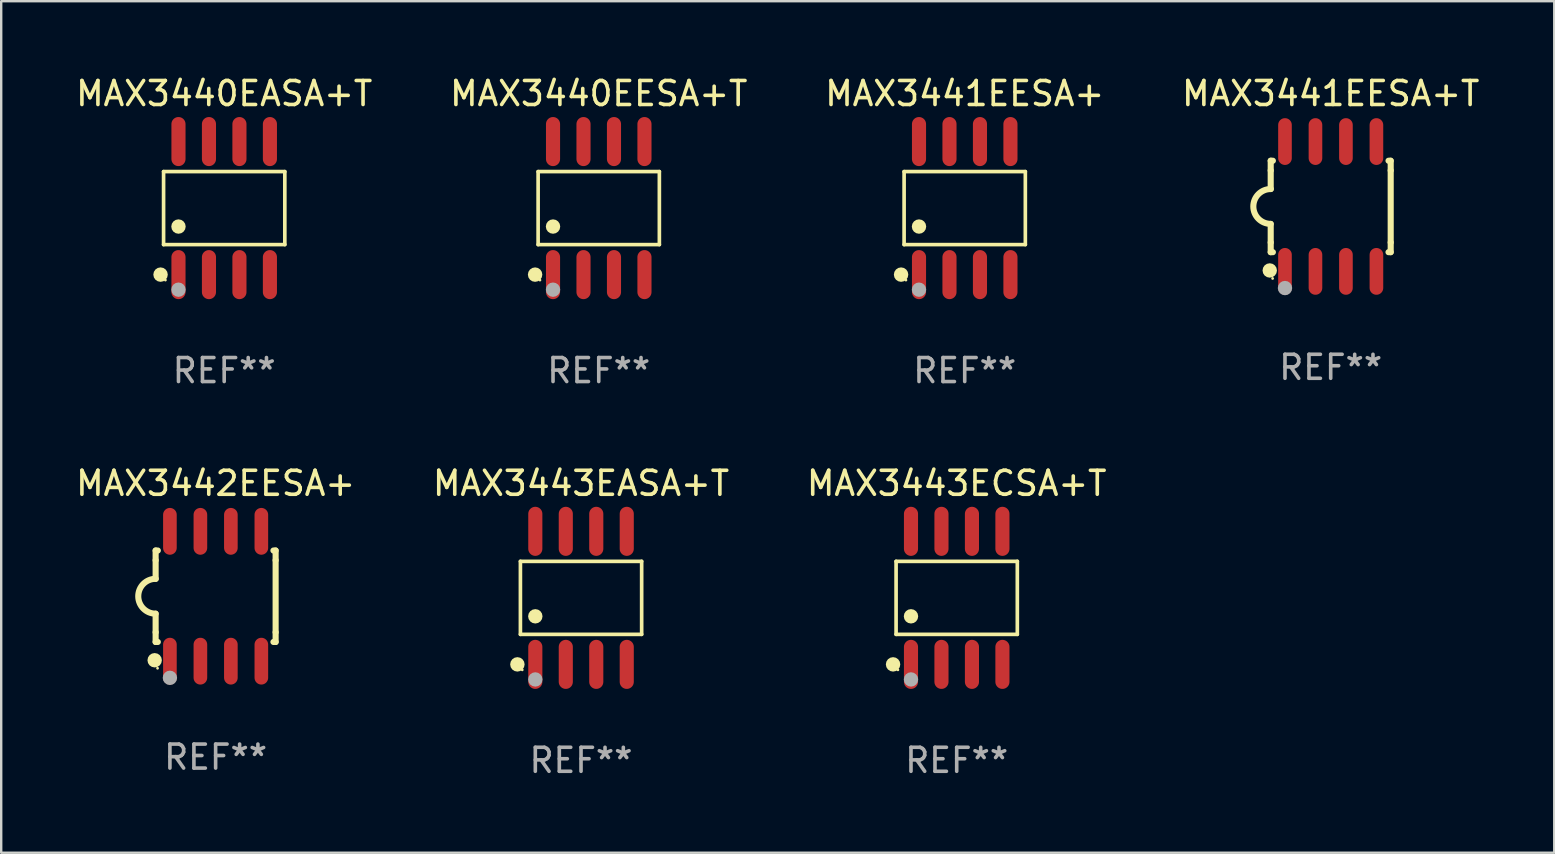
<source format=kicad_pcb>
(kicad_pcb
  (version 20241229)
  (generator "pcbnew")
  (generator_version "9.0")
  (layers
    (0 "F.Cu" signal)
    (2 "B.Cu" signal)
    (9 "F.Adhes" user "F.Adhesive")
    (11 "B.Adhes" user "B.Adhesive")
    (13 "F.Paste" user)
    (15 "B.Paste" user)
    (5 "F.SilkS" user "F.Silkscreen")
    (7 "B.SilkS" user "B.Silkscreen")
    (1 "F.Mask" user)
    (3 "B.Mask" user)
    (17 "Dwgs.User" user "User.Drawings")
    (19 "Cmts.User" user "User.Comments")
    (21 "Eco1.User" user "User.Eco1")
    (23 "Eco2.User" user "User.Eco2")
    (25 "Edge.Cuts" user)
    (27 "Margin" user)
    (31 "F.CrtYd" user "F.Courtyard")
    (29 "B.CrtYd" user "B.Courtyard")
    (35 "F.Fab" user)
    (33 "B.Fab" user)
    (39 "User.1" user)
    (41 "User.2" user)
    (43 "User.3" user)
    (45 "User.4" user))
  (footprint "MAX3441EESA+T"
    (layer "F.Cu")
    (at 52.399 5.553)
    (property "Reference" "MAX3441EESA+T" (at 0 -4.705 0) (layer "F.SilkS") (effects (font (size 1 1) (thickness 0.15))))
    (attr through_hole)
    (fp_line (start -2.5 -1.905) (end -2.409 -1.905) (stroke (width 0.254) (type solid)) (layer "F.SilkS"))
    (fp_line (start -2.5 -1.5) (end -2.5 -1.905) (stroke (width 0.254) (type solid)) (layer "F.SilkS"))
    (fp_line (start -2.5 -1.5) (end -2.5 -0.726) (stroke (width 0.254) (type solid)) (layer "F.SilkS"))
    (fp_line (start -2.5 1.5) (end -2.5 0.727) (stroke (width 0.254) (type solid)) (layer "F.SilkS"))
    (fp_line (start -2.5 1.5) (end -2.5 1.905) (stroke (width 0.254) (type solid)) (layer "F.SilkS"))
    (fp_line (start -2.5 1.905) (end -2.409 1.905) (stroke (width 0.254) (type solid)) (layer "F.SilkS"))
    (fp_line (start 2.5 -1.905) (end 2.409 -1.905) (stroke (width 0.254) (type solid)) (layer "F.SilkS"))
    (fp_line (start 2.5 -1.5) (end 2.5 -1.905) (stroke (width 0.254) (type solid)) (layer "F.SilkS"))
    (fp_line (start 2.5 -1.5) (end 2.5 1.5) (stroke (width 0.254) (type solid)) (layer "F.SilkS"))
    (fp_line (start 2.5 1.5) (end 2.5 1.905) (stroke (width 0.254) (type solid)) (layer "F.SilkS"))
    (fp_line (start 2.5 1.905) (end 2.409 1.905) (stroke (width 0.254) (type solid)) (layer "F.SilkS"))
    (fp_arc (start -2.5 0.726568) (mid -3.220316 -0.0023) (end -2.495097 -0.726289) (stroke (width 0.254001) (type solid)) (layer "F.SilkS"))
    (fp_circle (center -2.54 2.667) (end -2.39 2.667) (stroke (width 0.3) (type solid)) (fill no) (layer "F.SilkS"))
    (fp_circle (center -2.42 3) (end -2.39 3) (stroke (width 0.06) (type solid)) (fill no) (layer "F.SilkS"))
    (fp_circle (center -1.905 3.4) (end -1.755 3.4) (stroke (width 0.3) (type solid)) (fill no) (layer "F.Fab"))
    (fp_text user "REF**" (at 0 6.705 0) (layer "F.Fab") (effects (font (size 1 1) (thickness 0.15))))
    (pad "1" smd oval (at -1.905 2.705) (size 0.568 1.95) (layers "F.Cu" "F.Mask" "F.Paste"))
    (pad "2" smd oval (at -0.635 2.705) (size 0.568 1.95) (layers "F.Cu" "F.Mask" "F.Paste"))
    (pad "3" smd oval (at 0.635 2.705) (size 0.568 1.95) (layers "F.Cu" "F.Mask" "F.Paste"))
    (pad "4" smd oval (at 1.905 2.705) (size 0.568 1.95) (layers "F.Cu" "F.Mask" "F.Paste"))
    (pad "5" smd oval (at 1.905 -2.705) (size 0.568 1.95) (layers "F.Cu" "F.Mask" "F.Paste"))
    (pad "6" smd oval (at 0.635 -2.705) (size 0.568 1.95) (layers "F.Cu" "F.Mask" "F.Paste"))
    (pad "7" smd oval (at -0.635 -2.705) (size 0.568 1.95) (layers "F.Cu" "F.Mask" "F.Paste"))
    (pad "8" smd oval (at -1.905 -2.705) (size 0.568 1.95) (layers "F.Cu" "F.Mask" "F.Paste")))
  (footprint "MAX3440EESA+T"
    (layer "F.Cu")
    (at 21.899 5.621)
    (property "Reference" "MAX3440EESA+T" (at 0 -4.772 0) (layer "F.SilkS") (effects (font (size 1 1) (thickness 0.15))))
    (attr through_hole)
    (fp_line (start -2.526 -1.521) (end 2.526 -1.521) (stroke (width 0.152) (type solid)) (layer "F.SilkS"))
    (fp_line (start -2.526 1.521) (end -2.526 -1.521) (stroke (width 0.152) (type solid)) (layer "F.SilkS"))
    (fp_line (start 2.526 -1.521) (end 2.526 1.521) (stroke (width 0.152) (type solid)) (layer "F.SilkS"))
    (fp_line (start 2.526 1.521) (end -2.526 1.521) (stroke (width 0.152) (type solid)) (layer "F.SilkS"))
    (fp_circle (center -2.652 2.772) (end -2.501 2.772) (stroke (width 0.3) (type solid)) (fill no) (layer "F.SilkS"))
    (fp_circle (center -2.45 3) (end -2.42 3) (stroke (width 0.06) (type solid)) (fill no) (layer "F.SilkS"))
    (fp_circle (center -1.905 0.769) (end -1.755 0.769) (stroke (width 0.3) (type solid)) (fill no) (layer "F.SilkS"))
    (fp_circle (center -1.905 3.4) (end -1.755 3.4) (stroke (width 0.3) (type solid)) (fill no) (layer "F.Fab"))
    (fp_text user "REF**" (at 0 6.772 0) (layer "F.Fab") (effects (font (size 1 1) (thickness 0.15))))
    (pad "1" smd oval (at -1.905 2.772) (size 0.588 2.045) (layers "F.Cu" "F.Mask" "F.Paste"))
    (pad "2" smd oval (at -0.635 2.772) (size 0.588 2.045) (layers "F.Cu" "F.Mask" "F.Paste"))
    (pad "3" smd oval (at 0.635 2.772) (size 0.588 2.045) (layers "F.Cu" "F.Mask" "F.Paste"))
    (pad "4" smd oval (at 1.905 2.772) (size 0.588 2.045) (layers "F.Cu" "F.Mask" "F.Paste"))
    (pad "5" smd oval (at 1.905 -2.772) (size 0.588 2.045) (layers "F.Cu" "F.Mask" "F.Paste"))
    (pad "6" smd oval (at 0.635 -2.772) (size 0.588 2.045) (layers "F.Cu" "F.Mask" "F.Paste"))
    (pad "7" smd oval (at -0.635 -2.772) (size 0.588 2.045) (layers "F.Cu" "F.Mask" "F.Paste"))
    (pad "8" smd oval (at -1.905 -2.772) (size 0.588 2.045) (layers "F.Cu" "F.Mask" "F.Paste")))
  (footprint "MAX3443ECSA+T"
    (layer "F.Cu")
    (at 36.815 21.862)
    (property "Reference" "MAX3443ECSA+T" (at 0 -4.772 0) (layer "F.SilkS") (effects (font (size 1 1) (thickness 0.15))))
    (attr through_hole)
    (fp_line (start -2.526 -1.521) (end 2.526 -1.521) (stroke (width 0.152) (type solid)) (layer "F.SilkS"))
    (fp_line (start -2.526 1.521) (end -2.526 -1.521) (stroke (width 0.152) (type solid)) (layer "F.SilkS"))
    (fp_line (start 2.526 -1.521) (end 2.526 1.521) (stroke (width 0.152) (type solid)) (layer "F.SilkS"))
    (fp_line (start 2.526 1.521) (end -2.526 1.521) (stroke (width 0.152) (type solid)) (layer "F.SilkS"))
    (fp_circle (center -2.652 2.772) (end -2.501 2.772) (stroke (width 0.3) (type solid)) (fill no) (layer "F.SilkS"))
    (fp_circle (center -2.45 3) (end -2.42 3) (stroke (width 0.06) (type solid)) (fill no) (layer "F.SilkS"))
    (fp_circle (center -1.905 0.769) (end -1.755 0.769) (stroke (width 0.3) (type solid)) (fill no) (layer "F.SilkS"))
    (fp_circle (center -1.905 3.4) (end -1.755 3.4) (stroke (width 0.3) (type solid)) (fill no) (layer "F.Fab"))
    (fp_text user "REF**" (at 0 6.772 0) (layer "F.Fab") (effects (font (size 1 1) (thickness 0.15))))
    (pad "1" smd oval (at -1.905 2.772) (size 0.588 2.045) (layers "F.Cu" "F.Mask" "F.Paste"))
    (pad "2" smd oval (at -0.635 2.772) (size 0.588 2.045) (layers "F.Cu" "F.Mask" "F.Paste"))
    (pad "3" smd oval (at 0.635 2.772) (size 0.588 2.045) (layers "F.Cu" "F.Mask" "F.Paste"))
    (pad "4" smd oval (at 1.905 2.772) (size 0.588 2.045) (layers "F.Cu" "F.Mask" "F.Paste"))
    (pad "5" smd oval (at 1.905 -2.772) (size 0.588 2.045) (layers "F.Cu" "F.Mask" "F.Paste"))
    (pad "6" smd oval (at 0.635 -2.772) (size 0.588 2.045) (layers "F.Cu" "F.Mask" "F.Paste"))
    (pad "7" smd oval (at -0.635 -2.772) (size 0.588 2.045) (layers "F.Cu" "F.Mask" "F.Paste"))
    (pad "8" smd oval (at -1.905 -2.772) (size 0.588 2.045) (layers "F.Cu" "F.Mask" "F.Paste")))
  (footprint "MAX3442EESA+"
    (layer "F.Cu")
    (at 5.935 21.795)
    (property "Reference" "MAX3442EESA+" (at 0 -4.705 0) (layer "F.SilkS") (effects (font (size 1 1) (thickness 0.15))))
    (attr through_hole)
    (fp_line (start -2.5 -1.905) (end -2.409 -1.905) (stroke (width 0.254) (type solid)) (layer "F.SilkS"))
    (fp_line (start -2.5 -1.5) (end -2.5 -1.905) (stroke (width 0.254) (type solid)) (layer "F.SilkS"))
    (fp_line (start -2.5 -1.5) (end -2.5 -0.726) (stroke (width 0.254) (type solid)) (layer "F.SilkS"))
    (fp_line (start -2.5 1.5) (end -2.5 0.727) (stroke (width 0.254) (type solid)) (layer "F.SilkS"))
    (fp_line (start -2.5 1.5) (end -2.5 1.905) (stroke (width 0.254) (type solid)) (layer "F.SilkS"))
    (fp_line (start -2.5 1.905) (end -2.409 1.905) (stroke (width 0.254) (type solid)) (layer "F.SilkS"))
    (fp_line (start 2.5 -1.905) (end 2.409 -1.905) (stroke (width 0.254) (type solid)) (layer "F.SilkS"))
    (fp_line (start 2.5 -1.5) (end 2.5 -1.905) (stroke (width 0.254) (type solid)) (layer "F.SilkS"))
    (fp_line (start 2.5 -1.5) (end 2.5 1.5) (stroke (width 0.254) (type solid)) (layer "F.SilkS"))
    (fp_line (start 2.5 1.5) (end 2.5 1.905) (stroke (width 0.254) (type solid)) (layer "F.SilkS"))
    (fp_line (start 2.5 1.905) (end 2.409 1.905) (stroke (width 0.254) (type solid)) (layer "F.SilkS"))
    (fp_arc (start -2.5 0.726568) (mid -3.220316 -0.0023) (end -2.495097 -0.726289) (stroke (width 0.254001) (type solid)) (layer "F.SilkS"))
    (fp_circle (center -2.54 2.667) (end -2.39 2.667) (stroke (width 0.3) (type solid)) (fill no) (layer "F.SilkS"))
    (fp_circle (center -2.42 3) (end -2.39 3) (stroke (width 0.06) (type solid)) (fill no) (layer "F.SilkS"))
    (fp_circle (center -1.905 3.4) (end -1.755 3.4) (stroke (width 0.3) (type solid)) (fill no) (layer "F.Fab"))
    (fp_text user "REF**" (at 0 6.705 0) (layer "F.Fab") (effects (font (size 1 1) (thickness 0.15))))
    (pad "1" smd oval (at -1.905 2.705) (size 0.568 1.95) (layers "F.Cu" "F.Mask" "F.Paste"))
    (pad "2" smd oval (at -0.635 2.705) (size 0.568 1.95) (layers "F.Cu" "F.Mask" "F.Paste"))
    (pad "3" smd oval (at 0.635 2.705) (size 0.568 1.95) (layers "F.Cu" "F.Mask" "F.Paste"))
    (pad "4" smd oval (at 1.905 2.705) (size 0.568 1.95) (layers "F.Cu" "F.Mask" "F.Paste"))
    (pad "5" smd oval (at 1.905 -2.705) (size 0.568 1.95) (layers "F.Cu" "F.Mask" "F.Paste"))
    (pad "6" smd oval (at 0.635 -2.705) (size 0.568 1.95) (layers "F.Cu" "F.Mask" "F.Paste"))
    (pad "7" smd oval (at -0.635 -2.705) (size 0.568 1.95) (layers "F.Cu" "F.Mask" "F.Paste"))
    (pad "8" smd oval (at -1.905 -2.705) (size 0.568 1.95) (layers "F.Cu" "F.Mask" "F.Paste")))
  (footprint "MAX3443EASA+T"
    (layer "F.Cu")
    (at 21.161 21.862)
    (property "Reference" "MAX3443EASA+T" (at 0 -4.772 0) (layer "F.SilkS") (effects (font (size 1 1) (thickness 0.15))))
    (attr through_hole)
    (fp_line (start -2.526 -1.521) (end 2.526 -1.521) (stroke (width 0.152) (type solid)) (layer "F.SilkS"))
    (fp_line (start -2.526 1.521) (end -2.526 -1.521) (stroke (width 0.152) (type solid)) (layer "F.SilkS"))
    (fp_line (start 2.526 -1.521) (end 2.526 1.521) (stroke (width 0.152) (type solid)) (layer "F.SilkS"))
    (fp_line (start 2.526 1.521) (end -2.526 1.521) (stroke (width 0.152) (type solid)) (layer "F.SilkS"))
    (fp_circle (center -2.652 2.772) (end -2.501 2.772) (stroke (width 0.3) (type solid)) (fill no) (layer "F.SilkS"))
    (fp_circle (center -2.45 3) (end -2.42 3) (stroke (width 0.06) (type solid)) (fill no) (layer "F.SilkS"))
    (fp_circle (center -1.905 0.769) (end -1.755 0.769) (stroke (width 0.3) (type solid)) (fill no) (layer "F.SilkS"))
    (fp_circle (center -1.905 3.4) (end -1.755 3.4) (stroke (width 0.3) (type solid)) (fill no) (layer "F.Fab"))
    (fp_text user "REF**" (at 0 6.772 0) (layer "F.Fab") (effects (font (size 1 1) (thickness 0.15))))
    (pad "1" smd oval (at -1.905 2.772) (size 0.588 2.045) (layers "F.Cu" "F.Mask" "F.Paste"))
    (pad "2" smd oval (at -0.635 2.772) (size 0.588 2.045) (layers "F.Cu" "F.Mask" "F.Paste"))
    (pad "3" smd oval (at 0.635 2.772) (size 0.588 2.045) (layers "F.Cu" "F.Mask" "F.Paste"))
    (pad "4" smd oval (at 1.905 2.772) (size 0.588 2.045) (layers "F.Cu" "F.Mask" "F.Paste"))
    (pad "5" smd oval (at 1.905 -2.772) (size 0.588 2.045) (layers "F.Cu" "F.Mask" "F.Paste"))
    (pad "6" smd oval (at 0.635 -2.772) (size 0.588 2.045) (layers "F.Cu" "F.Mask" "F.Paste"))
    (pad "7" smd oval (at -0.635 -2.772) (size 0.588 2.045) (layers "F.Cu" "F.Mask" "F.Paste"))
    (pad "8" smd oval (at -1.905 -2.772) (size 0.588 2.045) (layers "F.Cu" "F.Mask" "F.Paste")))
  (footprint "MAX3440EASA+T"
    (layer "F.Cu")
    (at 6.292 5.621)
    (property "Reference" "MAX3440EASA+T" (at 0 -4.772 0) (layer "F.SilkS") (effects (font (size 1 1) (thickness 0.15))))
    (attr through_hole)
    (fp_line (start -2.526 -1.521) (end 2.526 -1.521) (stroke (width 0.152) (type solid)) (layer "F.SilkS"))
    (fp_line (start -2.526 1.521) (end -2.526 -1.521) (stroke (width 0.152) (type solid)) (layer "F.SilkS"))
    (fp_line (start 2.526 -1.521) (end 2.526 1.521) (stroke (width 0.152) (type solid)) (layer "F.SilkS"))
    (fp_line (start 2.526 1.521) (end -2.526 1.521) (stroke (width 0.152) (type solid)) (layer "F.SilkS"))
    (fp_circle (center -2.652 2.772) (end -2.501 2.772) (stroke (width 0.3) (type solid)) (fill no) (layer "F.SilkS"))
    (fp_circle (center -2.45 3) (end -2.42 3) (stroke (width 0.06) (type solid)) (fill no) (layer "F.SilkS"))
    (fp_circle (center -1.905 0.769) (end -1.755 0.769) (stroke (width 0.3) (type solid)) (fill no) (layer "F.SilkS"))
    (fp_circle (center -1.905 3.4) (end -1.755 3.4) (stroke (width 0.3) (type solid)) (fill no) (layer "F.Fab"))
    (fp_text user "REF**" (at 0 6.772 0) (layer "F.Fab") (effects (font (size 1 1) (thickness 0.15))))
    (pad "1" smd oval (at -1.905 2.772) (size 0.588 2.045) (layers "F.Cu" "F.Mask" "F.Paste"))
    (pad "2" smd oval (at -0.635 2.772) (size 0.588 2.045) (layers "F.Cu" "F.Mask" "F.Paste"))
    (pad "3" smd oval (at 0.635 2.772) (size 0.588 2.045) (layers "F.Cu" "F.Mask" "F.Paste"))
    (pad "4" smd oval (at 1.905 2.772) (size 0.588 2.045) (layers "F.Cu" "F.Mask" "F.Paste"))
    (pad "5" smd oval (at 1.905 -2.772) (size 0.588 2.045) (layers "F.Cu" "F.Mask" "F.Paste"))
    (pad "6" smd oval (at 0.635 -2.772) (size 0.588 2.045) (layers "F.Cu" "F.Mask" "F.Paste"))
    (pad "7" smd oval (at -0.635 -2.772) (size 0.588 2.045) (layers "F.Cu" "F.Mask" "F.Paste"))
    (pad "8" smd oval (at -1.905 -2.772) (size 0.588 2.045) (layers "F.Cu" "F.Mask" "F.Paste")))
  (footprint "MAX3441EESA+"
    (layer "F.Cu")
    (at 37.149 5.621)
    (property "Reference" "MAX3441EESA+" (at 0 -4.772 0) (layer "F.SilkS") (effects (font (size 1 1) (thickness 0.15))))
    (attr through_hole)
    (fp_line (start -2.526 -1.521) (end 2.526 -1.521) (stroke (width 0.152) (type solid)) (layer "F.SilkS"))
    (fp_line (start -2.526 1.521) (end -2.526 -1.521) (stroke (width 0.152) (type solid)) (layer "F.SilkS"))
    (fp_line (start 2.526 -1.521) (end 2.526 1.521) (stroke (width 0.152) (type solid)) (layer "F.SilkS"))
    (fp_line (start 2.526 1.521) (end -2.526 1.521) (stroke (width 0.152) (type solid)) (layer "F.SilkS"))
    (fp_circle (center -2.652 2.772) (end -2.501 2.772) (stroke (width 0.3) (type solid)) (fill no) (layer "F.SilkS"))
    (fp_circle (center -2.45 3) (end -2.42 3) (stroke (width 0.06) (type solid)) (fill no) (layer "F.SilkS"))
    (fp_circle (center -1.905 0.769) (end -1.755 0.769) (stroke (width 0.3) (type solid)) (fill no) (layer "F.SilkS"))
    (fp_circle (center -1.905 3.4) (end -1.755 3.4) (stroke (width 0.3) (type solid)) (fill no) (layer "F.Fab"))
    (fp_text user "REF**" (at 0 6.772 0) (layer "F.Fab") (effects (font (size 1 1) (thickness 0.15))))
    (pad "1" smd oval (at -1.905 2.772) (size 0.588 2.045) (layers "F.Cu" "F.Mask" "F.Paste"))
    (pad "2" smd oval (at -0.635 2.772) (size 0.588 2.045) (layers "F.Cu" "F.Mask" "F.Paste"))
    (pad "3" smd oval (at 0.635 2.772) (size 0.588 2.045) (layers "F.Cu" "F.Mask" "F.Paste"))
    (pad "4" smd oval (at 1.905 2.772) (size 0.588 2.045) (layers "F.Cu" "F.Mask" "F.Paste"))
    (pad "5" smd oval (at 1.905 -2.772) (size 0.588 2.045) (layers "F.Cu" "F.Mask" "F.Paste"))
    (pad "6" smd oval (at 0.635 -2.772) (size 0.588 2.045) (layers "F.Cu" "F.Mask" "F.Paste"))
    (pad "7" smd oval (at -0.635 -2.772) (size 0.588 2.045) (layers "F.Cu" "F.Mask" "F.Paste"))
    (pad "8" smd oval (at -1.905 -2.772) (size 0.588 2.045) (layers "F.Cu" "F.Mask" "F.Paste")))
  (gr_rect
    (start -3 -3)
    (end 61.714 32.483)
    (stroke (width 0.1) (type default))
    (fill no)
    (layer "Edge.Cuts")))
</source>
